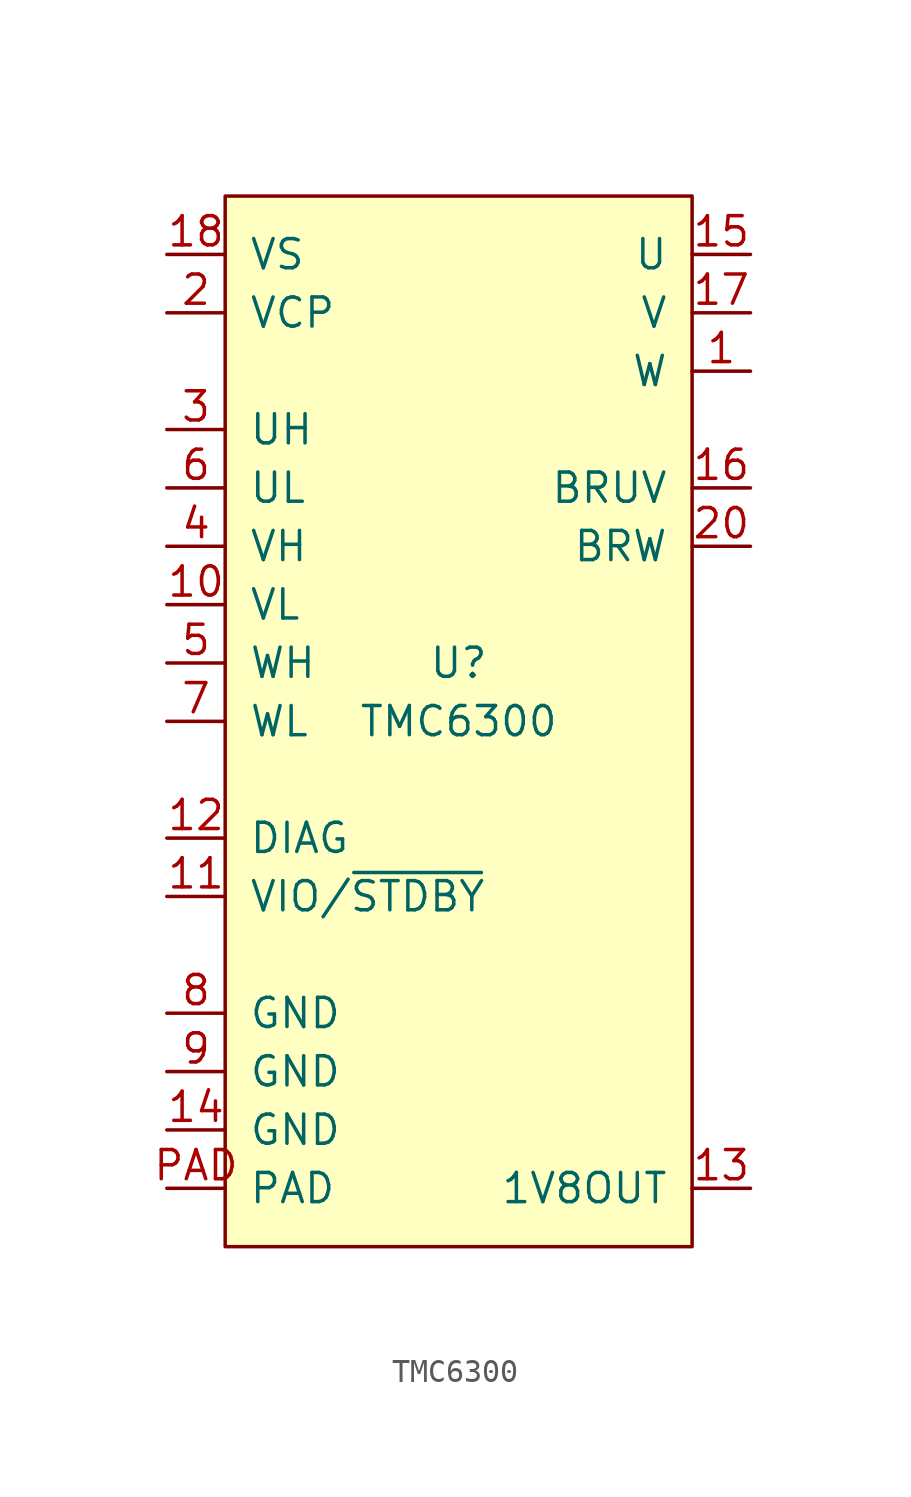
<source format=kicad_sym>
(kicad_symbol_lib
  (version 20211014)
  (generator kicad_symbol_editor)
  (symbol "TMC6300"
    (pin_names
      (offset 1.016))
    (property "Reference" "U"
      (at 0 2.54 0)
      (effects (font (size 1.27 1.27))))
    (property "Value" "TMC6300"
      (at 0 0 0)
      (effects (font (size 1.27 1.27))))
    (symbol "TMC6300_0_1"
      (rectangle (start -10.16 22.86) (end 10.16 -22.86) (stroke (width 0) (type default) (color 0 0 0 0)) (fill (type background))))
    (symbol "TMC6300_1_1"
      (pin output line (at 12.7 15.24 180) (length 2.54) (name "W" (effects (font (size 1.27 1.27)))) (number "1" (effects (font (size 1.27 1.27)))))
      (pin input line (at -12.7 5.08 0) (length 2.54) (name "VL" (effects (font (size 1.27 1.27)))) (number "10" (effects (font (size 1.27 1.27)))))
      (pin power_in line (at -12.7 -7.62 0) (length 2.54) (name "VIO/~{STDBY}" (effects (font (size 1.27 1.27)))) (number "11" (effects (font (size 1.27 1.27)))))
      (pin output line (at -12.7 -5.08 0) (length 2.54) (name "DIAG" (effects (font (size 1.27 1.27)))) (number "12" (effects (font (size 1.27 1.27)))))
      (pin power_out line (at 12.7 -20.32 180) (length 2.54) (name "1V8OUT" (effects (font (size 1.27 1.27)))) (number "13" (effects (font (size 1.27 1.27)))))
      (pin power_in line (at -12.7 -17.78 0) (length 2.54) (name "GND" (effects (font (size 1.27 1.27)))) (number "14" (effects (font (size 1.27 1.27)))))
      (pin output line (at 12.7 20.32 180) (length 2.54) (name "U" (effects (font (size 1.27 1.27)))) (number "15" (effects (font (size 1.27 1.27)))))
      (pin passive line (at 12.7 10.16 180) (length 2.54) (name "BRUV" (effects (font (size 1.27 1.27)))) (number "16" (effects (font (size 1.27 1.27)))))
      (pin output line (at 12.7 17.78 180) (length 2.54) (name "V" (effects (font (size 1.27 1.27)))) (number "17" (effects (font (size 1.27 1.27)))))
      (pin power_in line (at -12.7 20.32 0) (length 2.54) (name "VS" (effects (font (size 1.27 1.27)))) (number "18" (effects (font (size 1.27 1.27)))))
      (pin no_connect line (at 12.7 -17.78 180) (length 2.54) hide (name "NC" (effects (font (size 1.27 1.27)))) (number "19" (effects (font (size 1.27 1.27)))))
      (pin bidirectional line (at -12.7 17.78 0) (length 2.54) (name "VCP" (effects (font (size 1.27 1.27)))) (number "2" (effects (font (size 1.27 1.27)))))
      (pin passive line (at 12.7 7.62 180) (length 2.54) (name "BRW" (effects (font (size 1.27 1.27)))) (number "20" (effects (font (size 1.27 1.27)))))
      (pin input line (at -12.7 12.7 0) (length 2.54) (name "UH" (effects (font (size 1.27 1.27)))) (number "3" (effects (font (size 1.27 1.27)))))
      (pin input line (at -12.7 7.62 0) (length 2.54) (name "VH" (effects (font (size 1.27 1.27)))) (number "4" (effects (font (size 1.27 1.27)))))
      (pin input line (at -12.7 2.54 0) (length 2.54) (name "WH" (effects (font (size 1.27 1.27)))) (number "5" (effects (font (size 1.27 1.27)))))
      (pin input line (at -12.7 10.16 0) (length 2.54) (name "UL" (effects (font (size 1.27 1.27)))) (number "6" (effects (font (size 1.27 1.27)))))
      (pin input line (at -12.7 0 0) (length 2.54) (name "WL" (effects (font (size 1.27 1.27)))) (number "7" (effects (font (size 1.27 1.27)))))
      (pin power_in line (at -12.7 -12.7 0) (length 2.54) (name "GND" (effects (font (size 1.27 1.27)))) (number "8" (effects (font (size 1.27 1.27)))))
      (pin power_in line (at -12.7 -15.24 0) (length 2.54) (name "GND" (effects (font (size 1.27 1.27)))) (number "9" (effects (font (size 1.27 1.27)))))
      (pin power_in line (at -12.7 -20.32 0) (length 2.54) (name "PAD" (effects (font (size 1.27 1.27)))) (number "PAD" (effects (font (size 1.27 1.27))))))))
</source>
